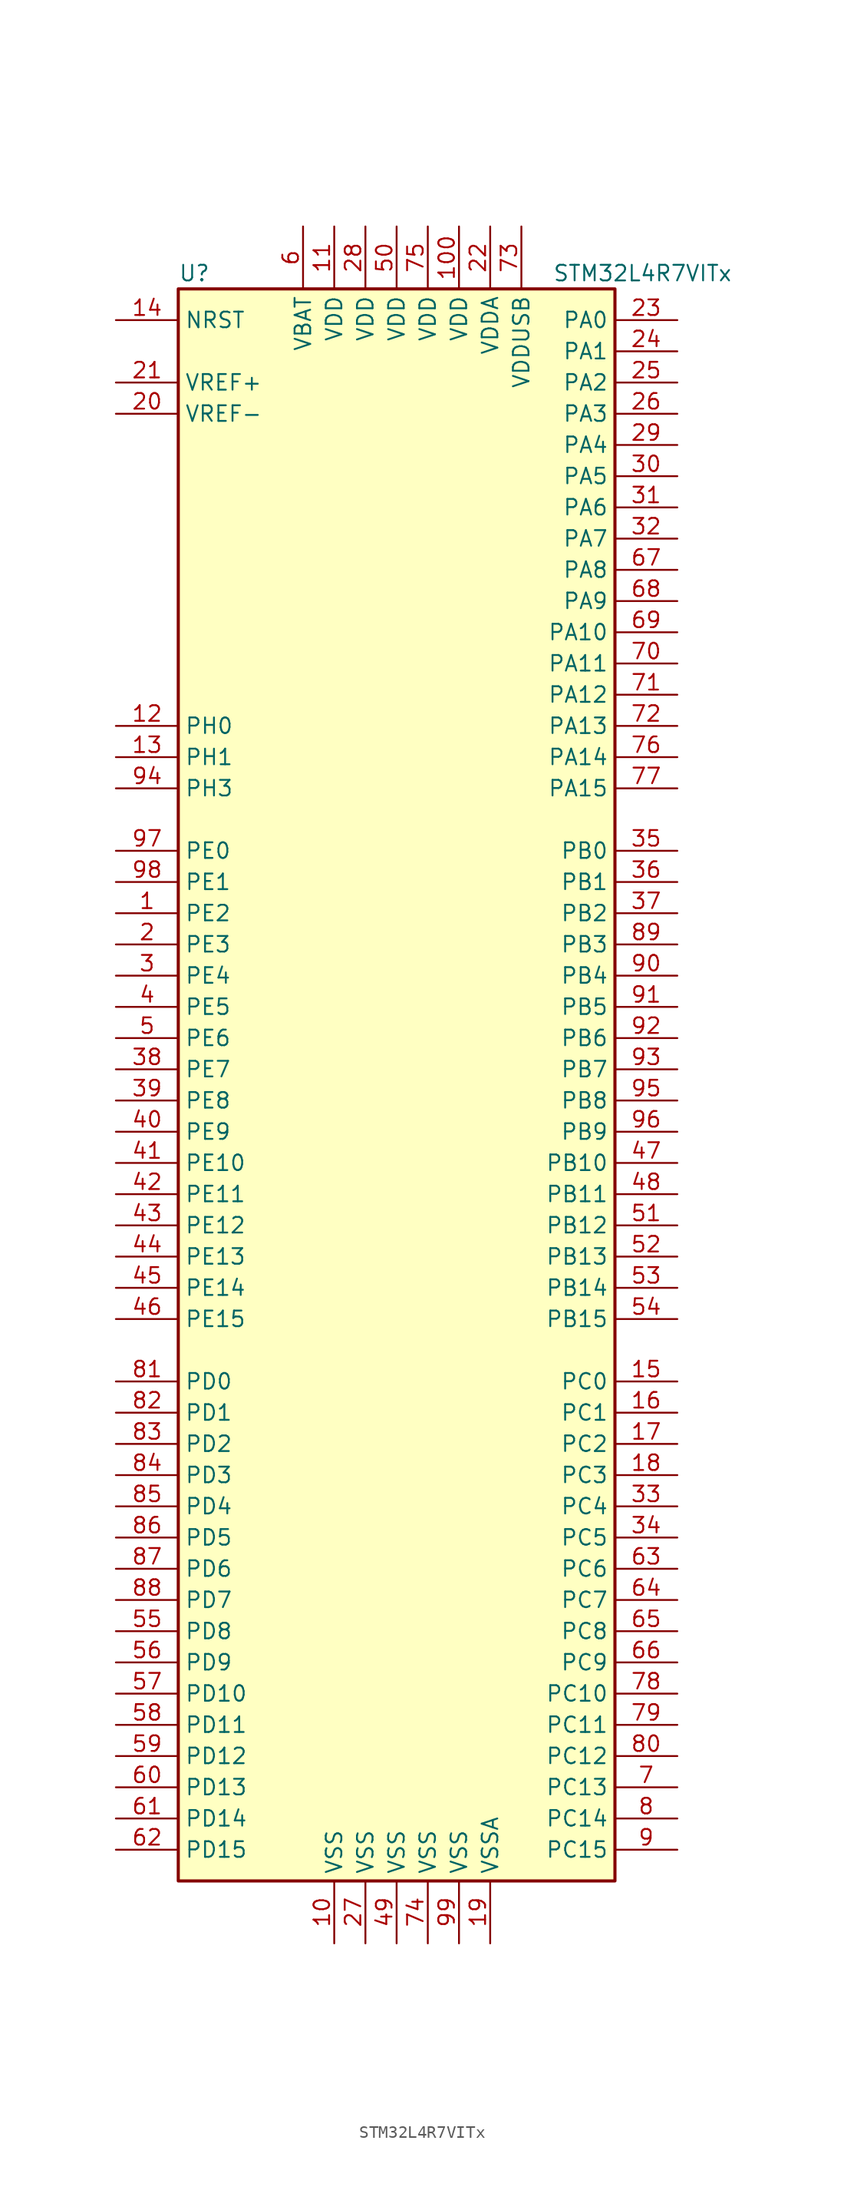
<source format=kicad_sym>
(kicad_symbol_lib
  (version 20201005)
  (generator kicad_symbol_editor)
  (symbol "STM32L4R7VITx"
    (property "Reference" "U"
      (at -17.78 64.77 0)
      (effects (font (size 1.27 1.27)) (justify left)))
    (property "Value" "STM32L4R7VITx"
      (at 12.7 64.77 0)
      (effects (font (size 1.27 1.27)) (justify left)))
    (symbol "STM32L4R7VITx_0_1"
      (rectangle (start -17.78 -66.04) (end 17.78 63.5) (stroke (width 0.254)) (fill (type background))))
    (symbol "STM32L4R7VITx_1_1"
      (pin bidirectional line (at -22.86 12.7 0) (length 5.08) (name "PE2" (effects (font (size 1.27 1.27)))) (number "1" (effects (font (size 1.27 1.27)))))
      (pin power_in line (at -5.08 -71.12 90) (length 5.08) (name "VSS" (effects (font (size 1.27 1.27)))) (number "10" (effects (font (size 1.27 1.27)))))
      (pin power_in line (at 5.08 68.58 270) (length 5.08) (name "VDD" (effects (font (size 1.27 1.27)))) (number "100" (effects (font (size 1.27 1.27)))))
      (pin power_in line (at -5.08 68.58 270) (length 5.08) (name "VDD" (effects (font (size 1.27 1.27)))) (number "11" (effects (font (size 1.27 1.27)))))
      (pin input line (at -22.86 27.94 0) (length 5.08) (name "PH0" (effects (font (size 1.27 1.27)))) (number "12" (effects (font (size 1.27 1.27)))))
      (pin input line (at -22.86 25.4 0) (length 5.08) (name "PH1" (effects (font (size 1.27 1.27)))) (number "13" (effects (font (size 1.27 1.27)))))
      (pin input line (at -22.86 60.96 0) (length 5.08) (name "NRST" (effects (font (size 1.27 1.27)))) (number "14" (effects (font (size 1.27 1.27)))))
      (pin bidirectional line (at 22.86 -25.4 180) (length 5.08) (name "PC0" (effects (font (size 1.27 1.27)))) (number "15" (effects (font (size 1.27 1.27)))))
      (pin bidirectional line (at 22.86 -27.94 180) (length 5.08) (name "PC1" (effects (font (size 1.27 1.27)))) (number "16" (effects (font (size 1.27 1.27)))))
      (pin bidirectional line (at 22.86 -30.48 180) (length 5.08) (name "PC2" (effects (font (size 1.27 1.27)))) (number "17" (effects (font (size 1.27 1.27)))))
      (pin bidirectional line (at 22.86 -33.02 180) (length 5.08) (name "PC3" (effects (font (size 1.27 1.27)))) (number "18" (effects (font (size 1.27 1.27)))))
      (pin power_in line (at 7.62 -71.12 90) (length 5.08) (name "VSSA" (effects (font (size 1.27 1.27)))) (number "19" (effects (font (size 1.27 1.27)))))
      (pin bidirectional line (at -22.86 10.16 0) (length 5.08) (name "PE3" (effects (font (size 1.27 1.27)))) (number "2" (effects (font (size 1.27 1.27)))))
      (pin power_in line (at -22.86 53.34 0) (length 5.08) (name "VREF-" (effects (font (size 1.27 1.27)))) (number "20" (effects (font (size 1.27 1.27)))))
      (pin bidirectional line (at -22.86 55.88 0) (length 5.08) (name "VREF+" (effects (font (size 1.27 1.27)))) (number "21" (effects (font (size 1.27 1.27)))))
      (pin power_in line (at 7.62 68.58 270) (length 5.08) (name "VDDA" (effects (font (size 1.27 1.27)))) (number "22" (effects (font (size 1.27 1.27)))))
      (pin bidirectional line (at 22.86 60.96 180) (length 5.08) (name "PA0" (effects (font (size 1.27 1.27)))) (number "23" (effects (font (size 1.27 1.27)))))
      (pin bidirectional line (at 22.86 58.42 180) (length 5.08) (name "PA1" (effects (font (size 1.27 1.27)))) (number "24" (effects (font (size 1.27 1.27)))))
      (pin bidirectional line (at 22.86 55.88 180) (length 5.08) (name "PA2" (effects (font (size 1.27 1.27)))) (number "25" (effects (font (size 1.27 1.27)))))
      (pin bidirectional line (at 22.86 53.34 180) (length 5.08) (name "PA3" (effects (font (size 1.27 1.27)))) (number "26" (effects (font (size 1.27 1.27)))))
      (pin power_in line (at -2.54 -71.12 90) (length 5.08) (name "VSS" (effects (font (size 1.27 1.27)))) (number "27" (effects (font (size 1.27 1.27)))))
      (pin power_in line (at -2.54 68.58 270) (length 5.08) (name "VDD" (effects (font (size 1.27 1.27)))) (number "28" (effects (font (size 1.27 1.27)))))
      (pin bidirectional line (at 22.86 50.8 180) (length 5.08) (name "PA4" (effects (font (size 1.27 1.27)))) (number "29" (effects (font (size 1.27 1.27)))))
      (pin bidirectional line (at -22.86 7.62 0) (length 5.08) (name "PE4" (effects (font (size 1.27 1.27)))) (number "3" (effects (font (size 1.27 1.27)))))
      (pin bidirectional line (at 22.86 48.26 180) (length 5.08) (name "PA5" (effects (font (size 1.27 1.27)))) (number "30" (effects (font (size 1.27 1.27)))))
      (pin bidirectional line (at 22.86 45.72 180) (length 5.08) (name "PA6" (effects (font (size 1.27 1.27)))) (number "31" (effects (font (size 1.27 1.27)))))
      (pin bidirectional line (at 22.86 43.18 180) (length 5.08) (name "PA7" (effects (font (size 1.27 1.27)))) (number "32" (effects (font (size 1.27 1.27)))))
      (pin bidirectional line (at 22.86 -35.56 180) (length 5.08) (name "PC4" (effects (font (size 1.27 1.27)))) (number "33" (effects (font (size 1.27 1.27)))))
      (pin bidirectional line (at 22.86 -38.1 180) (length 5.08) (name "PC5" (effects (font (size 1.27 1.27)))) (number "34" (effects (font (size 1.27 1.27)))))
      (pin bidirectional line (at 22.86 17.78 180) (length 5.08) (name "PB0" (effects (font (size 1.27 1.27)))) (number "35" (effects (font (size 1.27 1.27)))))
      (pin bidirectional line (at 22.86 15.24 180) (length 5.08) (name "PB1" (effects (font (size 1.27 1.27)))) (number "36" (effects (font (size 1.27 1.27)))))
      (pin bidirectional line (at 22.86 12.7 180) (length 5.08) (name "PB2" (effects (font (size 1.27 1.27)))) (number "37" (effects (font (size 1.27 1.27)))))
      (pin bidirectional line (at -22.86 0 0) (length 5.08) (name "PE7" (effects (font (size 1.27 1.27)))) (number "38" (effects (font (size 1.27 1.27)))))
      (pin bidirectional line (at -22.86 -2.54 0) (length 5.08) (name "PE8" (effects (font (size 1.27 1.27)))) (number "39" (effects (font (size 1.27 1.27)))))
      (pin bidirectional line (at -22.86 5.08 0) (length 5.08) (name "PE5" (effects (font (size 1.27 1.27)))) (number "4" (effects (font (size 1.27 1.27)))))
      (pin bidirectional line (at -22.86 -5.08 0) (length 5.08) (name "PE9" (effects (font (size 1.27 1.27)))) (number "40" (effects (font (size 1.27 1.27)))))
      (pin bidirectional line (at -22.86 -7.62 0) (length 5.08) (name "PE10" (effects (font (size 1.27 1.27)))) (number "41" (effects (font (size 1.27 1.27)))))
      (pin bidirectional line (at -22.86 -10.16 0) (length 5.08) (name "PE11" (effects (font (size 1.27 1.27)))) (number "42" (effects (font (size 1.27 1.27)))))
      (pin bidirectional line (at -22.86 -12.7 0) (length 5.08) (name "PE12" (effects (font (size 1.27 1.27)))) (number "43" (effects (font (size 1.27 1.27)))))
      (pin bidirectional line (at -22.86 -15.24 0) (length 5.08) (name "PE13" (effects (font (size 1.27 1.27)))) (number "44" (effects (font (size 1.27 1.27)))))
      (pin bidirectional line (at -22.86 -17.78 0) (length 5.08) (name "PE14" (effects (font (size 1.27 1.27)))) (number "45" (effects (font (size 1.27 1.27)))))
      (pin bidirectional line (at -22.86 -20.32 0) (length 5.08) (name "PE15" (effects (font (size 1.27 1.27)))) (number "46" (effects (font (size 1.27 1.27)))))
      (pin bidirectional line (at 22.86 -7.62 180) (length 5.08) (name "PB10" (effects (font (size 1.27 1.27)))) (number "47" (effects (font (size 1.27 1.27)))))
      (pin bidirectional line (at 22.86 -10.16 180) (length 5.08) (name "PB11" (effects (font (size 1.27 1.27)))) (number "48" (effects (font (size 1.27 1.27)))))
      (pin power_in line (at 0 -71.12 90) (length 5.08) (name "VSS" (effects (font (size 1.27 1.27)))) (number "49" (effects (font (size 1.27 1.27)))))
      (pin bidirectional line (at -22.86 2.54 0) (length 5.08) (name "PE6" (effects (font (size 1.27 1.27)))) (number "5" (effects (font (size 1.27 1.27)))))
      (pin power_in line (at 0 68.58 270) (length 5.08) (name "VDD" (effects (font (size 1.27 1.27)))) (number "50" (effects (font (size 1.27 1.27)))))
      (pin bidirectional line (at 22.86 -12.7 180) (length 5.08) (name "PB12" (effects (font (size 1.27 1.27)))) (number "51" (effects (font (size 1.27 1.27)))))
      (pin bidirectional line (at 22.86 -15.24 180) (length 5.08) (name "PB13" (effects (font (size 1.27 1.27)))) (number "52" (effects (font (size 1.27 1.27)))))
      (pin bidirectional line (at 22.86 -17.78 180) (length 5.08) (name "PB14" (effects (font (size 1.27 1.27)))) (number "53" (effects (font (size 1.27 1.27)))))
      (pin bidirectional line (at 22.86 -20.32 180) (length 5.08) (name "PB15" (effects (font (size 1.27 1.27)))) (number "54" (effects (font (size 1.27 1.27)))))
      (pin bidirectional line (at -22.86 -45.72 0) (length 5.08) (name "PD8" (effects (font (size 1.27 1.27)))) (number "55" (effects (font (size 1.27 1.27)))))
      (pin bidirectional line (at -22.86 -48.26 0) (length 5.08) (name "PD9" (effects (font (size 1.27 1.27)))) (number "56" (effects (font (size 1.27 1.27)))))
      (pin bidirectional line (at -22.86 -50.8 0) (length 5.08) (name "PD10" (effects (font (size 1.27 1.27)))) (number "57" (effects (font (size 1.27 1.27)))))
      (pin bidirectional line (at -22.86 -53.34 0) (length 5.08) (name "PD11" (effects (font (size 1.27 1.27)))) (number "58" (effects (font (size 1.27 1.27)))))
      (pin bidirectional line (at -22.86 -55.88 0) (length 5.08) (name "PD12" (effects (font (size 1.27 1.27)))) (number "59" (effects (font (size 1.27 1.27)))))
      (pin power_in line (at -7.62 68.58 270) (length 5.08) (name "VBAT" (effects (font (size 1.27 1.27)))) (number "6" (effects (font (size 1.27 1.27)))))
      (pin bidirectional line (at -22.86 -58.42 0) (length 5.08) (name "PD13" (effects (font (size 1.27 1.27)))) (number "60" (effects (font (size 1.27 1.27)))))
      (pin bidirectional line (at -22.86 -60.96 0) (length 5.08) (name "PD14" (effects (font (size 1.27 1.27)))) (number "61" (effects (font (size 1.27 1.27)))))
      (pin bidirectional line (at -22.86 -63.5 0) (length 5.08) (name "PD15" (effects (font (size 1.27 1.27)))) (number "62" (effects (font (size 1.27 1.27)))))
      (pin bidirectional line (at 22.86 -40.64 180) (length 5.08) (name "PC6" (effects (font (size 1.27 1.27)))) (number "63" (effects (font (size 1.27 1.27)))))
      (pin bidirectional line (at 22.86 -43.18 180) (length 5.08) (name "PC7" (effects (font (size 1.27 1.27)))) (number "64" (effects (font (size 1.27 1.27)))))
      (pin bidirectional line (at 22.86 -45.72 180) (length 5.08) (name "PC8" (effects (font (size 1.27 1.27)))) (number "65" (effects (font (size 1.27 1.27)))))
      (pin bidirectional line (at 22.86 -48.26 180) (length 5.08) (name "PC9" (effects (font (size 1.27 1.27)))) (number "66" (effects (font (size 1.27 1.27)))))
      (pin bidirectional line (at 22.86 40.64 180) (length 5.08) (name "PA8" (effects (font (size 1.27 1.27)))) (number "67" (effects (font (size 1.27 1.27)))))
      (pin bidirectional line (at 22.86 38.1 180) (length 5.08) (name "PA9" (effects (font (size 1.27 1.27)))) (number "68" (effects (font (size 1.27 1.27)))))
      (pin bidirectional line (at 22.86 35.56 180) (length 5.08) (name "PA10" (effects (font (size 1.27 1.27)))) (number "69" (effects (font (size 1.27 1.27)))))
      (pin bidirectional line (at 22.86 -58.42 180) (length 5.08) (name "PC13" (effects (font (size 1.27 1.27)))) (number "7" (effects (font (size 1.27 1.27)))))
      (pin bidirectional line (at 22.86 33.02 180) (length 5.08) (name "PA11" (effects (font (size 1.27 1.27)))) (number "70" (effects (font (size 1.27 1.27)))))
      (pin bidirectional line (at 22.86 30.48 180) (length 5.08) (name "PA12" (effects (font (size 1.27 1.27)))) (number "71" (effects (font (size 1.27 1.27)))))
      (pin bidirectional line (at 22.86 27.94 180) (length 5.08) (name "PA13" (effects (font (size 1.27 1.27)))) (number "72" (effects (font (size 1.27 1.27)))))
      (pin power_in line (at 10.16 68.58 270) (length 5.08) (name "VDDUSB" (effects (font (size 1.27 1.27)))) (number "73" (effects (font (size 1.27 1.27)))))
      (pin power_in line (at 2.54 -71.12 90) (length 5.08) (name "VSS" (effects (font (size 1.27 1.27)))) (number "74" (effects (font (size 1.27 1.27)))))
      (pin power_in line (at 2.54 68.58 270) (length 5.08) (name "VDD" (effects (font (size 1.27 1.27)))) (number "75" (effects (font (size 1.27 1.27)))))
      (pin bidirectional line (at 22.86 25.4 180) (length 5.08) (name "PA14" (effects (font (size 1.27 1.27)))) (number "76" (effects (font (size 1.27 1.27)))))
      (pin bidirectional line (at 22.86 22.86 180) (length 5.08) (name "PA15" (effects (font (size 1.27 1.27)))) (number "77" (effects (font (size 1.27 1.27)))))
      (pin bidirectional line (at 22.86 -50.8 180) (length 5.08) (name "PC10" (effects (font (size 1.27 1.27)))) (number "78" (effects (font (size 1.27 1.27)))))
      (pin bidirectional line (at 22.86 -53.34 180) (length 5.08) (name "PC11" (effects (font (size 1.27 1.27)))) (number "79" (effects (font (size 1.27 1.27)))))
      (pin bidirectional line (at 22.86 -60.96 180) (length 5.08) (name "PC14" (effects (font (size 1.27 1.27)))) (number "8" (effects (font (size 1.27 1.27)))))
      (pin bidirectional line (at 22.86 -55.88 180) (length 5.08) (name "PC12" (effects (font (size 1.27 1.27)))) (number "80" (effects (font (size 1.27 1.27)))))
      (pin bidirectional line (at -22.86 -25.4 0) (length 5.08) (name "PD0" (effects (font (size 1.27 1.27)))) (number "81" (effects (font (size 1.27 1.27)))))
      (pin bidirectional line (at -22.86 -27.94 0) (length 5.08) (name "PD1" (effects (font (size 1.27 1.27)))) (number "82" (effects (font (size 1.27 1.27)))))
      (pin bidirectional line (at -22.86 -30.48 0) (length 5.08) (name "PD2" (effects (font (size 1.27 1.27)))) (number "83" (effects (font (size 1.27 1.27)))))
      (pin bidirectional line (at -22.86 -33.02 0) (length 5.08) (name "PD3" (effects (font (size 1.27 1.27)))) (number "84" (effects (font (size 1.27 1.27)))))
      (pin bidirectional line (at -22.86 -35.56 0) (length 5.08) (name "PD4" (effects (font (size 1.27 1.27)))) (number "85" (effects (font (size 1.27 1.27)))))
      (pin bidirectional line (at -22.86 -38.1 0) (length 5.08) (name "PD5" (effects (font (size 1.27 1.27)))) (number "86" (effects (font (size 1.27 1.27)))))
      (pin bidirectional line (at -22.86 -40.64 0) (length 5.08) (name "PD6" (effects (font (size 1.27 1.27)))) (number "87" (effects (font (size 1.27 1.27)))))
      (pin bidirectional line (at -22.86 -43.18 0) (length 5.08) (name "PD7" (effects (font (size 1.27 1.27)))) (number "88" (effects (font (size 1.27 1.27)))))
      (pin bidirectional line (at 22.86 10.16 180) (length 5.08) (name "PB3" (effects (font (size 1.27 1.27)))) (number "89" (effects (font (size 1.27 1.27)))))
      (pin bidirectional line (at 22.86 -63.5 180) (length 5.08) (name "PC15" (effects (font (size 1.27 1.27)))) (number "9" (effects (font (size 1.27 1.27)))))
      (pin bidirectional line (at 22.86 7.62 180) (length 5.08) (name "PB4" (effects (font (size 1.27 1.27)))) (number "90" (effects (font (size 1.27 1.27)))))
      (pin bidirectional line (at 22.86 5.08 180) (length 5.08) (name "PB5" (effects (font (size 1.27 1.27)))) (number "91" (effects (font (size 1.27 1.27)))))
      (pin bidirectional line (at 22.86 2.54 180) (length 5.08) (name "PB6" (effects (font (size 1.27 1.27)))) (number "92" (effects (font (size 1.27 1.27)))))
      (pin bidirectional line (at 22.86 0 180) (length 5.08) (name "PB7" (effects (font (size 1.27 1.27)))) (number "93" (effects (font (size 1.27 1.27)))))
      (pin bidirectional line (at -22.86 22.86 0) (length 5.08) (name "PH3" (effects (font (size 1.27 1.27)))) (number "94" (effects (font (size 1.27 1.27)))))
      (pin bidirectional line (at 22.86 -2.54 180) (length 5.08) (name "PB8" (effects (font (size 1.27 1.27)))) (number "95" (effects (font (size 1.27 1.27)))))
      (pin bidirectional line (at 22.86 -5.08 180) (length 5.08) (name "PB9" (effects (font (size 1.27 1.27)))) (number "96" (effects (font (size 1.27 1.27)))))
      (pin bidirectional line (at -22.86 17.78 0) (length 5.08) (name "PE0" (effects (font (size 1.27 1.27)))) (number "97" (effects (font (size 1.27 1.27)))))
      (pin bidirectional line (at -22.86 15.24 0) (length 5.08) (name "PE1" (effects (font (size 1.27 1.27)))) (number "98" (effects (font (size 1.27 1.27)))))
      (pin power_in line (at 5.08 -71.12 90) (length 5.08) (name "VSS" (effects (font (size 1.27 1.27)))) (number "99" (effects (font (size 1.27 1.27))))))))
</source>
